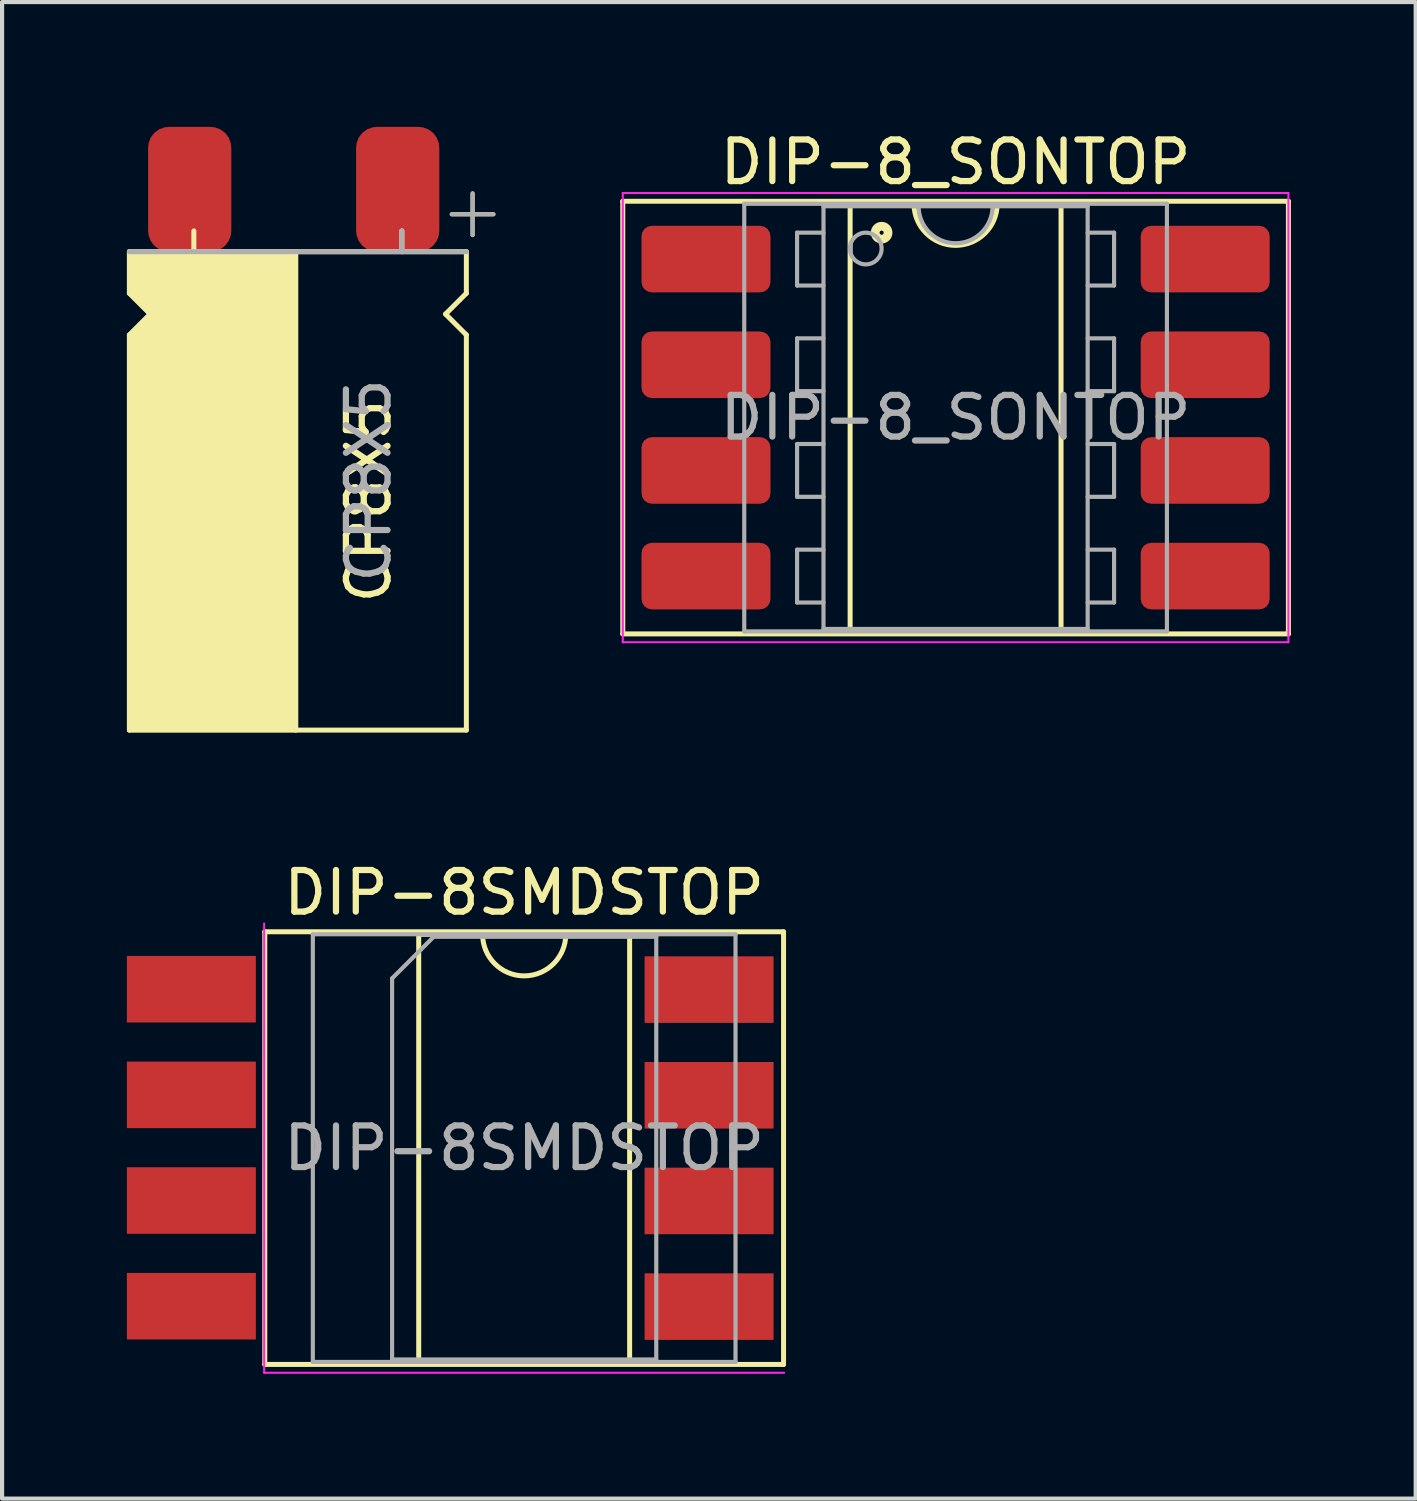
<source format=kicad_pcb>
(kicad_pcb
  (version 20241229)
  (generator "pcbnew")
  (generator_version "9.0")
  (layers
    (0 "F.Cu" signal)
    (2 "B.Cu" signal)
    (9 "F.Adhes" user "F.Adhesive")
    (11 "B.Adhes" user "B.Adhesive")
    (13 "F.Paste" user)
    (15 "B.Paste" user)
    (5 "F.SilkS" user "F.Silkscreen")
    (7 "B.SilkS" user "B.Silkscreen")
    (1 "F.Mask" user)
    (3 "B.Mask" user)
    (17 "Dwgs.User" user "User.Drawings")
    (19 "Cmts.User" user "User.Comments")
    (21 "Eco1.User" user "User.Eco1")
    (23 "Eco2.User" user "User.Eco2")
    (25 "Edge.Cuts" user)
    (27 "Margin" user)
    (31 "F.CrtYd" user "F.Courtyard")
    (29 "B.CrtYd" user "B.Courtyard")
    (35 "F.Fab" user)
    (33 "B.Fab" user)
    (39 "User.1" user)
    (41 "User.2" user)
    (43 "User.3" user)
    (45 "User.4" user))
  (footprint "DIP-8SMDSTOP"
    (layer "F.Cu")
    (at 9.55 24.548)
    (property "Reference" "DIP-8SMDSTOP" (at 0 -6.14 0) (layer "F.SilkS") (effects (font (size 1 1) (thickness 0.15))))
    (attr smd)
    (fp_line (start -6.235 -5.2) (end -6.235 5.2) (stroke (width 0.12) (type solid)) (layer "F.SilkS"))
    (fp_line (start -6.235 5.2) (end 6.235 5.2) (stroke (width 0.12) (type solid)) (layer "F.SilkS"))
    (fp_line (start -2.535 -5.14) (end -2.535 5.14) (stroke (width 0.12) (type solid)) (layer "F.SilkS"))
    (fp_line (start -2.535 5.14) (end 2.535 5.14) (stroke (width 0.12) (type solid)) (layer "F.SilkS"))
    (fp_line (start -1 -5.14) (end -2.535 -5.14) (stroke (width 0.12) (type solid)) (layer "F.SilkS"))
    (fp_line (start 2.535 -5.14) (end 1 -5.14) (stroke (width 0.12) (type solid)) (layer "F.SilkS"))
    (fp_line (start 2.535 5.14) (end 2.535 -5.14) (stroke (width 0.12) (type solid)) (layer "F.SilkS"))
    (fp_line (start 6.235 -5.2) (end -6.235 -5.2) (stroke (width 0.12) (type solid)) (layer "F.SilkS"))
    (fp_line (start 6.235 5.2) (end 6.235 -5.2) (stroke (width 0.12) (type solid)) (layer "F.SilkS"))
    (fp_arc (start 1 -5.14) (mid 0 -4.14) (end -1 -5.14) (stroke (width 0.12) (type solid)) (layer "F.SilkS"))
    (fp_line (start -6.25 -5.4) (end -6.25 5.4) (stroke (width 0.05) (type solid)) (layer "F.CrtYd"))
    (fp_line (start -6.25 5.4) (end 6.25 5.4) (stroke (width 0.05) (type solid)) (layer "F.CrtYd"))
    (fp_line (start -5.08 -5.14) (end -5.08 5.14) (stroke (width 0.1) (type solid)) (layer "F.Fab"))
    (fp_line (start -5.08 5.14) (end 5.08 5.14) (stroke (width 0.1) (type solid)) (layer "F.Fab"))
    (fp_line (start -3.175 -4.08) (end -2.175 -5.08) (stroke (width 0.1) (type solid)) (layer "F.Fab"))
    (fp_line (start -3.175 5.08) (end -3.175 -4.08) (stroke (width 0.1) (type solid)) (layer "F.Fab"))
    (fp_line (start -2.175 -5.08) (end 3.175 -5.08) (stroke (width 0.1) (type solid)) (layer "F.Fab"))
    (fp_line (start 3.175 -5.08) (end 3.175 5.08) (stroke (width 0.1) (type solid)) (layer "F.Fab"))
    (fp_line (start 3.175 5.08) (end -3.175 5.08) (stroke (width 0.1) (type solid)) (layer "F.Fab"))
    (fp_line (start 5.08 -5.14) (end -5.08 -5.14) (stroke (width 0.1) (type solid)) (layer "F.Fab"))
    (fp_line (start 5.08 5.14) (end 5.08 -5.14) (stroke (width 0.1) (type solid)) (layer "F.Fab"))
    (fp_text user "${REFERENCE}" (at 0 0 0) (layer "F.Fab") (effects (font (size 1 1) (thickness 0.15))))
    (pad "1" smd rect (at -8 -3.82) (size 3.1 1.6) (layers "F.Cu" "F.Mask" "F.Paste"))
    (pad "2" smd rect (at -8 -1.28) (size 3.1 1.6) (layers "F.Cu" "F.Mask" "F.Paste"))
    (pad "3" smd rect (at -8 1.26) (size 3.1 1.6) (layers "F.Cu" "F.Mask" "F.Paste"))
    (pad "4" smd rect (at -8 3.8) (size 3.1 1.6) (layers "F.Cu" "F.Mask" "F.Paste"))
    (pad "5" smd rect (at 4.445 3.81) (size 3.1 1.6) (layers "F.Cu" "F.Mask" "F.Paste"))
    (pad "6" smd rect (at 4.445 1.27) (size 3.1 1.6) (layers "F.Cu" "F.Mask" "F.Paste"))
    (pad "7" smd rect (at 4.445 -1.27) (size 3.1 1.6) (layers "F.Cu" "F.Mask" "F.Paste"))
    (pad "8" smd rect (at 4.445 -3.81) (size 3.1 1.6) (layers "F.Cu" "F.Mask" "F.Paste")))
  (footprint "CP8X5"
    (layer "F.Cu")
    (at 2.31 1.5)
    (property "Reference" "CP8X5" (at 3.5 7.5 90) (layer "F.SilkS") (effects (font (size 1 1) (thickness 0.15))))
    (attr through_hole)
    (fp_line (start -2.25 2.5) (end -2.25 1.5) (stroke (width 0.12) (type solid)) (layer "F.SilkS"))
    (fp_line (start -2.25 3.5) (end -2.25 13) (stroke (width 0.12) (type solid)) (layer "F.SilkS"))
    (fp_line (start -2.25 3.5) (end -1.75 3) (stroke (width 0.12) (type solid)) (layer "F.SilkS"))
    (fp_line (start -1.75 3) (end -2.25 2.5) (stroke (width 0.12) (type solid)) (layer "F.SilkS"))
    (fp_line (start -0.7 1) (end -0.7 1.5) (stroke (width 0.12) (type solid)) (layer "F.SilkS"))
    (fp_line (start 1.75 13) (end 1.75 1.5) (stroke (width 0.12) (type solid)) (layer "F.SilkS"))
    (fp_line (start 4.3 1) (end 4.3 1.5) (stroke (width 0.12) (type solid)) (layer "F.SilkS"))
    (fp_line (start 5.35 3) (end 5.85 2.5) (stroke (width 0.12) (type solid)) (layer "F.SilkS"))
    (fp_line (start 5.5 0.6) (end 6.5 0.6) (stroke (width 0.1) (type solid)) (layer "F.SilkS"))
    (fp_line (start 5.85 1.5) (end -2.25 1.5) (stroke (width 0.12) (type solid)) (layer "F.SilkS"))
    (fp_line (start 5.85 2.5) (end 5.85 1.5) (stroke (width 0.12) (type solid)) (layer "F.SilkS"))
    (fp_line (start 5.85 3.5) (end 5.35 3) (stroke (width 0.12) (type solid)) (layer "F.SilkS"))
    (fp_line (start 5.85 3.5) (end 5.85 13) (stroke (width 0.12) (type solid)) (layer "F.SilkS"))
    (fp_line (start 5.85 13) (end -2.25 13) (stroke (width 0.12) (type default)) (layer "F.SilkS"))
    (fp_line (start 6 1.1) (end 6 0.1) (stroke (width 0.1) (type solid)) (layer "F.SilkS"))
    (fp_poly (pts (xy -2.25 2.5) (xy -1.75 3) (xy -2.25 3.5) (xy -2.25 13) (xy 1.75 13) (xy 1.75 1.5) (xy -2.25 1.5)) (stroke (width 0.1) (type solid)) (fill yes) (layer "F.SilkS"))
    (fp_line (start 4.3 1.5) (end 4.3 1) (stroke (width 0.12) (type solid)) (layer "F.Fab"))
    (fp_line (start 5.5 0.6) (end 6.5 0.6) (stroke (width 0.1) (type solid)) (layer "F.Fab"))
    (fp_line (start 5.85 1.5) (end -2.25 1.5) (stroke (width 0.12) (type solid)) (layer "F.Fab"))
    (fp_line (start 6 1.1) (end 6 0.1) (stroke (width 0.1) (type solid)) (layer "F.Fab"))
    (fp_text user "${REFERENCE}" (at 3.5 7 90) (layer "F.Fab") (effects (font (size 1 1) (thickness 0.15))))
    (pad "1" smd roundrect (at 4.2 0) (size 2 3) (layers "F.Cu" "F.Mask" "F.Paste") (roundrect_rratio 0.25))
    (pad "2" smd roundrect (at -0.8 0) (size 2 3) (layers "F.Cu" "F.Mask" "F.Paste") (roundrect_rratio 0.25)))
  (footprint "DIP-8_SONTOP"
    (layer "F.Cu")
    (at 19.92 6.988)
    (property "Reference" "DIP-8_SONTOP" (at 0 -6.14 0) (layer "F.SilkS") (effects (font (size 1 1) (thickness 0.15))))
    (attr smd)
    (fp_line (start -8 -5.2) (end -8 5.2) (stroke (width 0.12) (type solid)) (layer "F.SilkS"))
    (fp_line (start -8 5.2) (end 8 5.2) (stroke (width 0.12) (type solid)) (layer "F.SilkS"))
    (fp_line (start -2.535 -5.14) (end -2.535 5.14) (stroke (width 0.12) (type solid)) (layer "F.SilkS"))
    (fp_line (start -2.535 5.14) (end 2.535 5.14) (stroke (width 0.12) (type solid)) (layer "F.SilkS"))
    (fp_line (start -1 -5.14) (end -2.535 -5.14) (stroke (width 0.12) (type solid)) (layer "F.SilkS"))
    (fp_line (start 2.535 -5.14) (end 1 -5.14) (stroke (width 0.12) (type solid)) (layer "F.SilkS"))
    (fp_line (start 2.535 5.14) (end 2.535 -5.14) (stroke (width 0.12) (type solid)) (layer "F.SilkS"))
    (fp_line (start 8 -5.2) (end -8 -5.2) (stroke (width 0.12) (type solid)) (layer "F.SilkS"))
    (fp_line (start 8 5.2) (end 8 -5.2) (stroke (width 0.12) (type solid)) (layer "F.SilkS"))
    (fp_arc (start 1 -5.14) (mid 0 -4.14) (end -1 -5.14) (stroke (width 0.12) (type solid)) (layer "F.SilkS"))
    (fp_circle (center -1.778 -4.445) (end -1.728 -4.445) (stroke (width 0.12) (type solid)) (fill no) (layer "F.SilkS"))
    (fp_circle (center -1.778 -4.445) (end -1.653 -4.445) (stroke (width 0.12) (type solid)) (fill no) (layer "F.SilkS"))
    (fp_circle (center -1.778 -4.445) (end -1.578 -4.445) (stroke (width 0.12) (type solid)) (fill no) (layer "F.SilkS"))
    (fp_line (start -8 -5.4) (end -8 5.4) (stroke (width 0.05) (type solid)) (layer "F.CrtYd"))
    (fp_line (start -8 5.4) (end 8 5.4) (stroke (width 0.05) (type solid)) (layer "F.CrtYd"))
    (fp_line (start 8 -5.4) (end -8 -5.4) (stroke (width 0.05) (type solid)) (layer "F.CrtYd"))
    (fp_line (start 8 5.4) (end 8 -5.4) (stroke (width 0.05) (type solid)) (layer "F.CrtYd"))
    (fp_line (start -5.08 -5.14) (end -5.08 5.14) (stroke (width 0.1) (type solid)) (layer "F.Fab"))
    (fp_line (start -5.08 5.14) (end 5.08 5.14) (stroke (width 0.1) (type solid)) (layer "F.Fab"))
    (fp_line (start -3.81 -4.445) (end -3.81 -3.175) (stroke (width 0.1) (type solid)) (layer "F.Fab"))
    (fp_line (start -3.81 -4.445) (end -3.175 -4.445) (stroke (width 0.1) (type solid)) (layer "F.Fab"))
    (fp_line (start -3.81 -3.175) (end -3.175 -3.175) (stroke (width 0.1) (type solid)) (layer "F.Fab"))
    (fp_line (start -3.81 -1.905) (end -3.81 -0.635) (stroke (width 0.1) (type solid)) (layer "F.Fab"))
    (fp_line (start -3.81 -1.905) (end -3.175 -1.905) (stroke (width 0.1) (type solid)) (layer "F.Fab"))
    (fp_line (start -3.81 -0.635) (end -3.175 -0.635) (stroke (width 0.1) (type solid)) (layer "F.Fab"))
    (fp_line (start -3.81 0.635) (end -3.81 1.905) (stroke (width 0.1) (type solid)) (layer "F.Fab"))
    (fp_line (start -3.81 0.635) (end -3.175 0.635) (stroke (width 0.1) (type solid)) (layer "F.Fab"))
    (fp_line (start -3.81 1.905) (end -3.175 1.905) (stroke (width 0.1) (type solid)) (layer "F.Fab"))
    (fp_line (start -3.81 3.175) (end -3.81 4.445) (stroke (width 0.1) (type solid)) (layer "F.Fab"))
    (fp_line (start -3.81 3.175) (end -3.175 3.175) (stroke (width 0.1) (type solid)) (layer "F.Fab"))
    (fp_line (start -3.81 4.445) (end -3.175 4.445) (stroke (width 0.1) (type solid)) (layer "F.Fab"))
    (fp_line (start -3.175 -5.08) (end 3.175 -5.08) (stroke (width 0.1) (type solid)) (layer "F.Fab"))
    (fp_line (start -3.175 5.08) (end -3.175 -5.08) (stroke (width 0.1) (type solid)) (layer "F.Fab"))
    (fp_line (start 3.175 -5.08) (end 3.175 5.08) (stroke (width 0.1) (type solid)) (layer "F.Fab"))
    (fp_line (start 3.175 5.08) (end -3.175 5.08) (stroke (width 0.1) (type solid)) (layer "F.Fab"))
    (fp_line (start 3.81 -4.445) (end 3.175 -4.445) (stroke (width 0.1) (type solid)) (layer "F.Fab"))
    (fp_line (start 3.81 -3.175) (end 3.175 -3.175) (stroke (width 0.1) (type solid)) (layer "F.Fab"))
    (fp_line (start 3.81 -3.175) (end 3.81 -4.445) (stroke (width 0.1) (type solid)) (layer "F.Fab"))
    (fp_line (start 3.81 -1.905) (end 3.175 -1.905) (stroke (width 0.1) (type solid)) (layer "F.Fab"))
    (fp_line (start 3.81 -0.635) (end 3.175 -0.635) (stroke (width 0.1) (type solid)) (layer "F.Fab"))
    (fp_line (start 3.81 -0.635) (end 3.81 -1.905) (stroke (width 0.1) (type solid)) (layer "F.Fab"))
    (fp_line (start 3.81 0.635) (end 3.175 0.635) (stroke (width 0.1) (type solid)) (layer "F.Fab"))
    (fp_line (start 3.81 1.905) (end 3.175 1.905) (stroke (width 0.1) (type solid)) (layer "F.Fab"))
    (fp_line (start 3.81 1.905) (end 3.81 0.635) (stroke (width 0.1) (type solid)) (layer "F.Fab"))
    (fp_line (start 3.81 3.175) (end 3.175 3.175) (stroke (width 0.1) (type solid)) (layer "F.Fab"))
    (fp_line (start 3.81 4.445) (end 3.175 4.445) (stroke (width 0.1) (type solid)) (layer "F.Fab"))
    (fp_line (start 3.81 4.445) (end 3.81 3.175) (stroke (width 0.1) (type solid)) (layer "F.Fab"))
    (fp_line (start 5.08 -5.14) (end -5.08 -5.14) (stroke (width 0.1) (type solid)) (layer "F.Fab"))
    (fp_line (start 5.08 5.14) (end 5.08 -5.14) (stroke (width 0.1) (type solid)) (layer "F.Fab"))
    (fp_arc (start 0.889 -5.08) (mid 0 -4.191) (end -0.889 -5.08) (stroke (width 0.1) (type solid)) (layer "F.Fab"))
    (fp_circle (center -2.159 -4.064) (end -1.778 -4.064) (stroke (width 0.1) (type solid)) (fill no) (layer "F.Fab"))
    (fp_text user "${REFERENCE}" (at 0 0 0) (layer "F.Fab") (effects (font (size 1 1) (thickness 0.15))))
    (pad "1" smd roundrect (at -6 -3.81) (size 3.1 1.6) (layers "F.Cu" "F.Mask" "F.Paste") (roundrect_rratio 0.156))
    (pad "2" smd roundrect (at -6 -1.27) (size 3.1 1.6) (layers "F.Cu" "F.Mask" "F.Paste") (roundrect_rratio 0.156))
    (pad "3" smd roundrect (at -6 1.27) (size 3.1 1.6) (layers "F.Cu" "F.Mask" "F.Paste") (roundrect_rratio 0.156))
    (pad "4" smd roundrect (at -6 3.81) (size 3.1 1.6) (layers "F.Cu" "F.Mask" "F.Paste") (roundrect_rratio 0.156))
    (pad "5" smd roundrect (at 6 3.81) (size 3.1 1.6) (layers "F.Cu" "F.Mask" "F.Paste") (roundrect_rratio 0.156))
    (pad "6" smd roundrect (at 6 1.27) (size 3.1 1.6) (layers "F.Cu" "F.Mask" "F.Paste") (roundrect_rratio 0.156))
    (pad "7" smd roundrect (at 6 -1.27) (size 3.1 1.6) (layers "F.Cu" "F.Mask" "F.Paste") (roundrect_rratio 0.156))
    (pad "8" smd roundrect (at 6 -3.81) (size 3.1 1.6) (layers "F.Cu" "F.Mask" "F.Paste") (roundrect_rratio 0.156)))
  (gr_rect
    (start -3 -3)
    (end 30.98 32.973)
    (stroke (width 0.1) (type default))
    (fill no)
    (layer "Edge.Cuts")))
</source>
